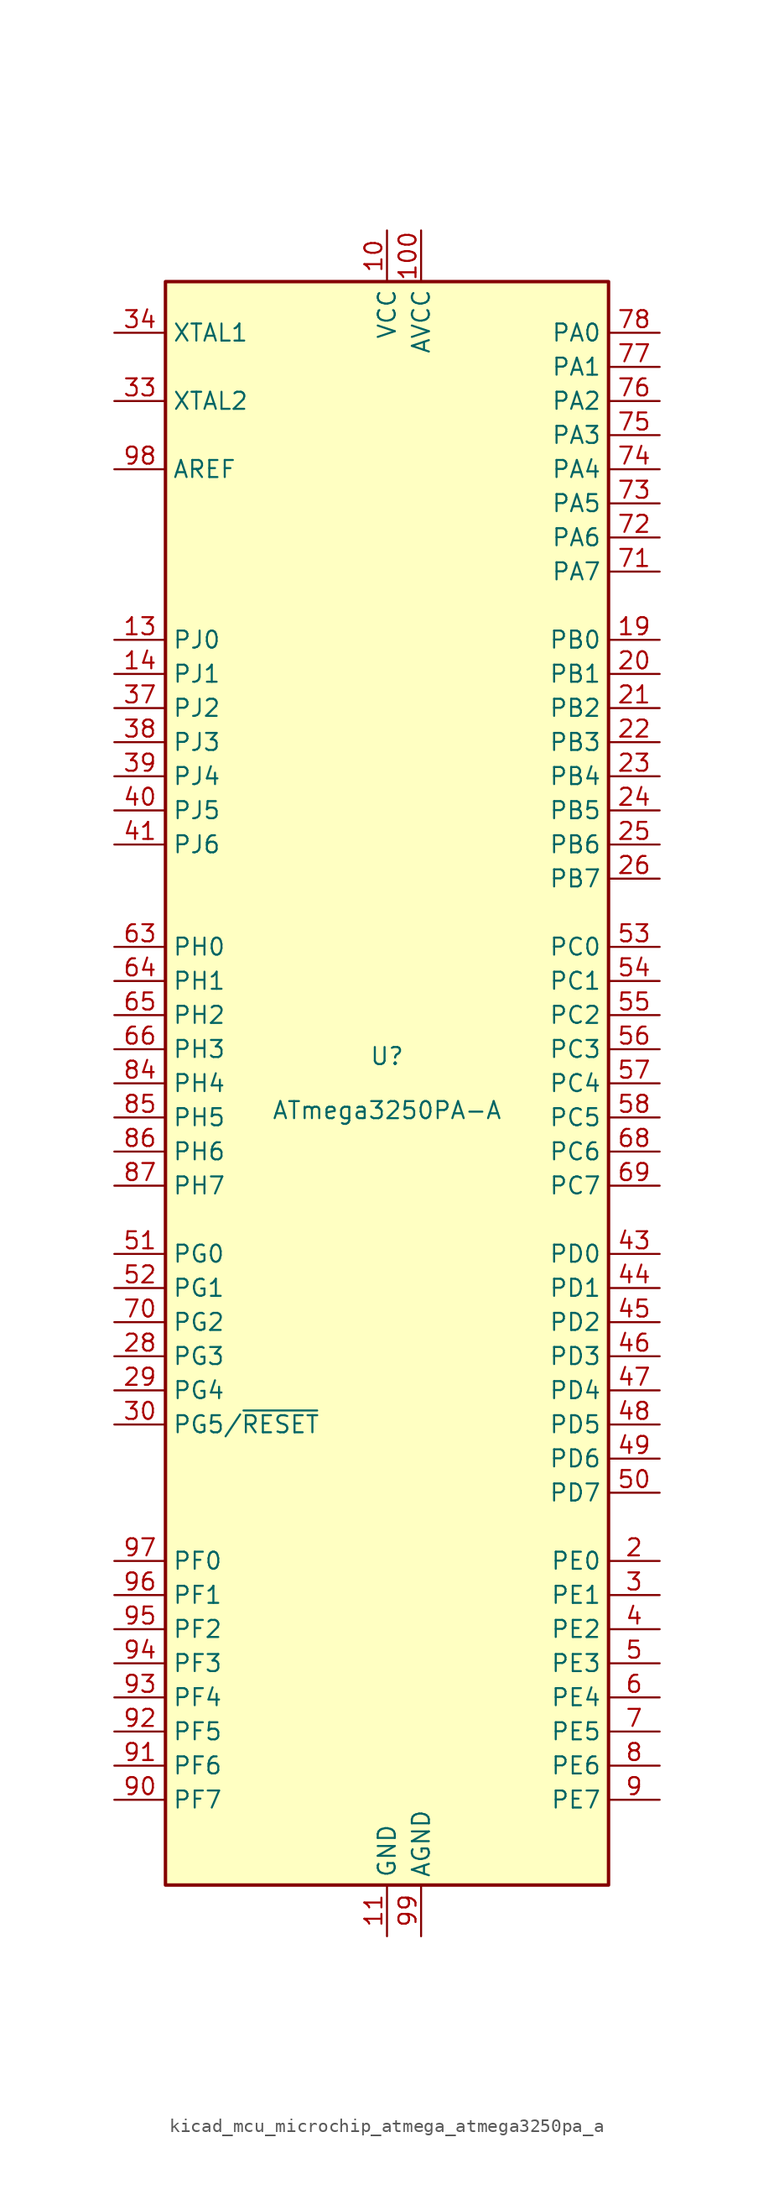
<source format=kicad_sym>
(kicad_symbol_lib
  (version 20220914)
  (generator kicad_symbol_editor)
  (symbol "kicad_mcu_microchip_atmega_atmega3250pa_a"
    (property "Reference" "U"
      (at 0 1.27 0)
      (effects (font (size 1.27 1.27)) (justify bottom)))
    (property "Value" "ATmega3250PA-A"
      (at 0 -1.27 0)
      (effects (font (size 1.27 1.27)) (justify top)))
    (symbol "kicad_mcu_microchip_atmega_atmega3250pa_a_0_1"
      (rectangle (start -16.51 -59.69) (end 16.51 59.69) (stroke (width 0.254) (type default)) (fill (type background))))
    (symbol "kicad_mcu_microchip_atmega_atmega3250pa_a_1_1"
      (pin no_connect line (at -15.24 40.64 0) (length 2.54) hide (name "NC" (effects (font (size 1.27 1.27)))) (number "1" (effects (font (size 1.27 1.27)))))
      (pin power_in line (at 0 63.5 270) (length 3.81) (name "VCC" (effects (font (size 1.27 1.27)))) (number "10" (effects (font (size 1.27 1.27)))))
      (pin power_in line (at 2.54 63.5 270) (length 3.81) (name "AVCC" (effects (font (size 1.27 1.27)))) (number "100" (effects (font (size 1.27 1.27)))))
      (pin power_in line (at 0 -63.5 90) (length 3.81) (name "GND" (effects (font (size 1.27 1.27)))) (number "11" (effects (font (size 1.27 1.27)))))
      (pin no_connect line (at -15.24 38.1 0) (length 2.54) hide (name "NC" (effects (font (size 1.27 1.27)))) (number "12" (effects (font (size 1.27 1.27)))))
      (pin bidirectional line (at -20.32 33.02 0) (length 3.81) (name "PJ0" (effects (font (size 1.27 1.27)))) (number "13" (effects (font (size 1.27 1.27)))))
      (pin bidirectional line (at -20.32 30.48 0) (length 3.81) (name "PJ1" (effects (font (size 1.27 1.27)))) (number "14" (effects (font (size 1.27 1.27)))))
      (pin no_connect line (at -15.24 35.56 0) (length 2.54) hide (name "NC" (effects (font (size 1.27 1.27)))) (number "15" (effects (font (size 1.27 1.27)))))
      (pin no_connect line (at -15.24 15.24 0) (length 2.54) hide (name "NC" (effects (font (size 1.27 1.27)))) (number "16" (effects (font (size 1.27 1.27)))))
      (pin no_connect line (at -15.24 12.7 0) (length 2.54) hide (name "NC" (effects (font (size 1.27 1.27)))) (number "17" (effects (font (size 1.27 1.27)))))
      (pin no_connect line (at -15.24 -10.16 0) (length 2.54) hide (name "NC" (effects (font (size 1.27 1.27)))) (number "18" (effects (font (size 1.27 1.27)))))
      (pin bidirectional line (at 20.32 33.02 180) (length 3.81) (name "PB0" (effects (font (size 1.27 1.27)))) (number "19" (effects (font (size 1.27 1.27)))))
      (pin bidirectional line (at 20.32 -35.56 180) (length 3.81) (name "PE0" (effects (font (size 1.27 1.27)))) (number "2" (effects (font (size 1.27 1.27)))))
      (pin bidirectional line (at 20.32 30.48 180) (length 3.81) (name "PB1" (effects (font (size 1.27 1.27)))) (number "20" (effects (font (size 1.27 1.27)))))
      (pin bidirectional line (at 20.32 27.94 180) (length 3.81) (name "PB2" (effects (font (size 1.27 1.27)))) (number "21" (effects (font (size 1.27 1.27)))))
      (pin bidirectional line (at 20.32 25.4 180) (length 3.81) (name "PB3" (effects (font (size 1.27 1.27)))) (number "22" (effects (font (size 1.27 1.27)))))
      (pin bidirectional line (at 20.32 22.86 180) (length 3.81) (name "PB4" (effects (font (size 1.27 1.27)))) (number "23" (effects (font (size 1.27 1.27)))))
      (pin bidirectional line (at 20.32 20.32 180) (length 3.81) (name "PB5" (effects (font (size 1.27 1.27)))) (number "24" (effects (font (size 1.27 1.27)))))
      (pin bidirectional line (at 20.32 17.78 180) (length 3.81) (name "PB6" (effects (font (size 1.27 1.27)))) (number "25" (effects (font (size 1.27 1.27)))))
      (pin bidirectional line (at 20.32 15.24 180) (length 3.81) (name "PB7" (effects (font (size 1.27 1.27)))) (number "26" (effects (font (size 1.27 1.27)))))
      (pin no_connect line (at -15.24 -27.94 0) (length 2.54) hide (name "NC" (effects (font (size 1.27 1.27)))) (number "27" (effects (font (size 1.27 1.27)))))
      (pin bidirectional line (at -20.32 -20.32 0) (length 3.81) (name "PG3" (effects (font (size 1.27 1.27)))) (number "28" (effects (font (size 1.27 1.27)))))
      (pin bidirectional line (at -20.32 -22.86 0) (length 3.81) (name "PG4" (effects (font (size 1.27 1.27)))) (number "29" (effects (font (size 1.27 1.27)))))
      (pin bidirectional line (at 20.32 -38.1 180) (length 3.81) (name "PE1" (effects (font (size 1.27 1.27)))) (number "3" (effects (font (size 1.27 1.27)))))
      (pin bidirectional line (at -20.32 -25.4 0) (length 3.81) (name "PG5/~{RESET}" (effects (font (size 1.27 1.27)))) (number "30" (effects (font (size 1.27 1.27)))))
      (pin passive line (at 0 63.5 270) (length 3.81) hide (name "VCC" (effects (font (size 1.27 1.27)))) (number "31" (effects (font (size 1.27 1.27)))))
      (pin passive line (at 0 -63.5 90) (length 3.81) hide (name "GND" (effects (font (size 1.27 1.27)))) (number "32" (effects (font (size 1.27 1.27)))))
      (pin output line (at -20.32 50.8 0) (length 3.81) (name "XTAL2" (effects (font (size 1.27 1.27)))) (number "33" (effects (font (size 1.27 1.27)))))
      (pin input line (at -20.32 55.88 0) (length 3.81) (name "XTAL1" (effects (font (size 1.27 1.27)))) (number "34" (effects (font (size 1.27 1.27)))))
      (pin no_connect line (at -15.24 -30.48 0) (length 2.54) hide (name "NC" (effects (font (size 1.27 1.27)))) (number "35" (effects (font (size 1.27 1.27)))))
      (pin no_connect line (at -15.24 -33.02 0) (length 2.54) hide (name "NC" (effects (font (size 1.27 1.27)))) (number "36" (effects (font (size 1.27 1.27)))))
      (pin bidirectional line (at -20.32 27.94 0) (length 3.81) (name "PJ2" (effects (font (size 1.27 1.27)))) (number "37" (effects (font (size 1.27 1.27)))))
      (pin bidirectional line (at -20.32 25.4 0) (length 3.81) (name "PJ3" (effects (font (size 1.27 1.27)))) (number "38" (effects (font (size 1.27 1.27)))))
      (pin bidirectional line (at -20.32 22.86 0) (length 3.81) (name "PJ4" (effects (font (size 1.27 1.27)))) (number "39" (effects (font (size 1.27 1.27)))))
      (pin bidirectional line (at 20.32 -40.64 180) (length 3.81) (name "PE2" (effects (font (size 1.27 1.27)))) (number "4" (effects (font (size 1.27 1.27)))))
      (pin bidirectional line (at -20.32 20.32 0) (length 3.81) (name "PJ5" (effects (font (size 1.27 1.27)))) (number "40" (effects (font (size 1.27 1.27)))))
      (pin bidirectional line (at -20.32 17.78 0) (length 3.81) (name "PJ6" (effects (font (size 1.27 1.27)))) (number "41" (effects (font (size 1.27 1.27)))))
      (pin no_connect line (at -15.24 -58.42 90) (length 2.54) hide (name "NC" (effects (font (size 1.27 1.27)))) (number "42" (effects (font (size 1.27 1.27)))))
      (pin bidirectional line (at 20.32 -12.7 180) (length 3.81) (name "PD0" (effects (font (size 1.27 1.27)))) (number "43" (effects (font (size 1.27 1.27)))))
      (pin bidirectional line (at 20.32 -15.24 180) (length 3.81) (name "PD1" (effects (font (size 1.27 1.27)))) (number "44" (effects (font (size 1.27 1.27)))))
      (pin bidirectional line (at 20.32 -17.78 180) (length 3.81) (name "PD2" (effects (font (size 1.27 1.27)))) (number "45" (effects (font (size 1.27 1.27)))))
      (pin bidirectional line (at 20.32 -20.32 180) (length 3.81) (name "PD3" (effects (font (size 1.27 1.27)))) (number "46" (effects (font (size 1.27 1.27)))))
      (pin bidirectional line (at 20.32 -22.86 180) (length 3.81) (name "PD4" (effects (font (size 1.27 1.27)))) (number "47" (effects (font (size 1.27 1.27)))))
      (pin bidirectional line (at 20.32 -25.4 180) (length 3.81) (name "PD5" (effects (font (size 1.27 1.27)))) (number "48" (effects (font (size 1.27 1.27)))))
      (pin bidirectional line (at 20.32 -27.94 180) (length 3.81) (name "PD6" (effects (font (size 1.27 1.27)))) (number "49" (effects (font (size 1.27 1.27)))))
      (pin bidirectional line (at 20.32 -43.18 180) (length 3.81) (name "PE3" (effects (font (size 1.27 1.27)))) (number "5" (effects (font (size 1.27 1.27)))))
      (pin bidirectional line (at 20.32 -30.48 180) (length 3.81) (name "PD7" (effects (font (size 1.27 1.27)))) (number "50" (effects (font (size 1.27 1.27)))))
      (pin bidirectional line (at -20.32 -12.7 0) (length 3.81) (name "PG0" (effects (font (size 1.27 1.27)))) (number "51" (effects (font (size 1.27 1.27)))))
      (pin bidirectional line (at -20.32 -15.24 0) (length 3.81) (name "PG1" (effects (font (size 1.27 1.27)))) (number "52" (effects (font (size 1.27 1.27)))))
      (pin bidirectional line (at 20.32 10.16 180) (length 3.81) (name "PC0" (effects (font (size 1.27 1.27)))) (number "53" (effects (font (size 1.27 1.27)))))
      (pin bidirectional line (at 20.32 7.62 180) (length 3.81) (name "PC1" (effects (font (size 1.27 1.27)))) (number "54" (effects (font (size 1.27 1.27)))))
      (pin bidirectional line (at 20.32 5.08 180) (length 3.81) (name "PC2" (effects (font (size 1.27 1.27)))) (number "55" (effects (font (size 1.27 1.27)))))
      (pin bidirectional line (at 20.32 2.54 180) (length 3.81) (name "PC3" (effects (font (size 1.27 1.27)))) (number "56" (effects (font (size 1.27 1.27)))))
      (pin bidirectional line (at 20.32 0 180) (length 3.81) (name "PC4" (effects (font (size 1.27 1.27)))) (number "57" (effects (font (size 1.27 1.27)))))
      (pin bidirectional line (at 20.32 -2.54 180) (length 3.81) (name "PC5" (effects (font (size 1.27 1.27)))) (number "58" (effects (font (size 1.27 1.27)))))
      (pin no_connect line (at -12.7 -58.42 90) (length 2.54) hide (name "NC" (effects (font (size 1.27 1.27)))) (number "59" (effects (font (size 1.27 1.27)))))
      (pin bidirectional line (at 20.32 -45.72 180) (length 3.81) (name "PE4" (effects (font (size 1.27 1.27)))) (number "6" (effects (font (size 1.27 1.27)))))
      (pin no_connect line (at -10.16 -58.42 90) (length 2.54) hide (name "NC" (effects (font (size 1.27 1.27)))) (number "60" (effects (font (size 1.27 1.27)))))
      (pin no_connect line (at -7.62 -58.42 90) (length 2.54) hide (name "NC" (effects (font (size 1.27 1.27)))) (number "61" (effects (font (size 1.27 1.27)))))
      (pin no_connect line (at -5.08 -58.42 90) (length 2.54) hide (name "NC" (effects (font (size 1.27 1.27)))) (number "62" (effects (font (size 1.27 1.27)))))
      (pin bidirectional line (at -20.32 10.16 0) (length 3.81) (name "PH0" (effects (font (size 1.27 1.27)))) (number "63" (effects (font (size 1.27 1.27)))))
      (pin bidirectional line (at -20.32 7.62 0) (length 3.81) (name "PH1" (effects (font (size 1.27 1.27)))) (number "64" (effects (font (size 1.27 1.27)))))
      (pin bidirectional line (at -20.32 5.08 0) (length 3.81) (name "PH2" (effects (font (size 1.27 1.27)))) (number "65" (effects (font (size 1.27 1.27)))))
      (pin bidirectional line (at -20.32 2.54 0) (length 3.81) (name "PH3" (effects (font (size 1.27 1.27)))) (number "66" (effects (font (size 1.27 1.27)))))
      (pin no_connect line (at -2.54 -58.42 90) (length 2.54) hide (name "NC" (effects (font (size 1.27 1.27)))) (number "67" (effects (font (size 1.27 1.27)))))
      (pin bidirectional line (at 20.32 -5.08 180) (length 3.81) (name "PC6" (effects (font (size 1.27 1.27)))) (number "68" (effects (font (size 1.27 1.27)))))
      (pin bidirectional line (at 20.32 -7.62 180) (length 3.81) (name "PC7" (effects (font (size 1.27 1.27)))) (number "69" (effects (font (size 1.27 1.27)))))
      (pin bidirectional line (at 20.32 -48.26 180) (length 3.81) (name "PE5" (effects (font (size 1.27 1.27)))) (number "7" (effects (font (size 1.27 1.27)))))
      (pin bidirectional line (at -20.32 -17.78 0) (length 3.81) (name "PG2" (effects (font (size 1.27 1.27)))) (number "70" (effects (font (size 1.27 1.27)))))
      (pin bidirectional line (at 20.32 38.1 180) (length 3.81) (name "PA7" (effects (font (size 1.27 1.27)))) (number "71" (effects (font (size 1.27 1.27)))))
      (pin bidirectional line (at 20.32 40.64 180) (length 3.81) (name "PA6" (effects (font (size 1.27 1.27)))) (number "72" (effects (font (size 1.27 1.27)))))
      (pin bidirectional line (at 20.32 43.18 180) (length 3.81) (name "PA5" (effects (font (size 1.27 1.27)))) (number "73" (effects (font (size 1.27 1.27)))))
      (pin bidirectional line (at 20.32 45.72 180) (length 3.81) (name "PA4" (effects (font (size 1.27 1.27)))) (number "74" (effects (font (size 1.27 1.27)))))
      (pin bidirectional line (at 20.32 48.26 180) (length 3.81) (name "PA3" (effects (font (size 1.27 1.27)))) (number "75" (effects (font (size 1.27 1.27)))))
      (pin bidirectional line (at 20.32 50.8 180) (length 3.81) (name "PA2" (effects (font (size 1.27 1.27)))) (number "76" (effects (font (size 1.27 1.27)))))
      (pin bidirectional line (at 20.32 53.34 180) (length 3.81) (name "PA1" (effects (font (size 1.27 1.27)))) (number "77" (effects (font (size 1.27 1.27)))))
      (pin bidirectional line (at 20.32 55.88 180) (length 3.81) (name "PA0" (effects (font (size 1.27 1.27)))) (number "78" (effects (font (size 1.27 1.27)))))
      (pin no_connect line (at 5.08 -58.42 90) (length 2.54) hide (name "NC" (effects (font (size 1.27 1.27)))) (number "79" (effects (font (size 1.27 1.27)))))
      (pin bidirectional line (at 20.32 -50.8 180) (length 3.81) (name "PE6" (effects (font (size 1.27 1.27)))) (number "8" (effects (font (size 1.27 1.27)))))
      (pin passive line (at 0 63.5 270) (length 3.81) hide (name "VCC" (effects (font (size 1.27 1.27)))) (number "80" (effects (font (size 1.27 1.27)))))
      (pin passive line (at 0 -63.5 90) (length 3.81) hide (name "GND" (effects (font (size 1.27 1.27)))) (number "81" (effects (font (size 1.27 1.27)))))
      (pin no_connect line (at 7.62 -58.42 90) (length 2.54) hide (name "NC" (effects (font (size 1.27 1.27)))) (number "82" (effects (font (size 1.27 1.27)))))
      (pin no_connect line (at 10.16 -58.42 90) (length 2.54) hide (name "NC" (effects (font (size 1.27 1.27)))) (number "83" (effects (font (size 1.27 1.27)))))
      (pin bidirectional line (at -20.32 0 0) (length 3.81) (name "PH4" (effects (font (size 1.27 1.27)))) (number "84" (effects (font (size 1.27 1.27)))))
      (pin bidirectional line (at -20.32 -2.54 0) (length 3.81) (name "PH5" (effects (font (size 1.27 1.27)))) (number "85" (effects (font (size 1.27 1.27)))))
      (pin bidirectional line (at -20.32 -5.08 0) (length 3.81) (name "PH6" (effects (font (size 1.27 1.27)))) (number "86" (effects (font (size 1.27 1.27)))))
      (pin bidirectional line (at -20.32 -7.62 0) (length 3.81) (name "PH7" (effects (font (size 1.27 1.27)))) (number "87" (effects (font (size 1.27 1.27)))))
      (pin no_connect line (at 12.7 -58.42 90) (length 2.54) hide (name "NC" (effects (font (size 1.27 1.27)))) (number "88" (effects (font (size 1.27 1.27)))))
      (pin no_connect line (at 15.24 -58.42 90) (length 2.54) hide (name "NC" (effects (font (size 1.27 1.27)))) (number "89" (effects (font (size 1.27 1.27)))))
      (pin bidirectional line (at 20.32 -53.34 180) (length 3.81) (name "PE7" (effects (font (size 1.27 1.27)))) (number "9" (effects (font (size 1.27 1.27)))))
      (pin bidirectional line (at -20.32 -53.34 0) (length 3.81) (name "PF7" (effects (font (size 1.27 1.27)))) (number "90" (effects (font (size 1.27 1.27)))))
      (pin bidirectional line (at -20.32 -50.8 0) (length 3.81) (name "PF6" (effects (font (size 1.27 1.27)))) (number "91" (effects (font (size 1.27 1.27)))))
      (pin bidirectional line (at -20.32 -48.26 0) (length 3.81) (name "PF5" (effects (font (size 1.27 1.27)))) (number "92" (effects (font (size 1.27 1.27)))))
      (pin bidirectional line (at -20.32 -45.72 0) (length 3.81) (name "PF4" (effects (font (size 1.27 1.27)))) (number "93" (effects (font (size 1.27 1.27)))))
      (pin bidirectional line (at -20.32 -43.18 0) (length 3.81) (name "PF3" (effects (font (size 1.27 1.27)))) (number "94" (effects (font (size 1.27 1.27)))))
      (pin bidirectional line (at -20.32 -40.64 0) (length 3.81) (name "PF2" (effects (font (size 1.27 1.27)))) (number "95" (effects (font (size 1.27 1.27)))))
      (pin bidirectional line (at -20.32 -38.1 0) (length 3.81) (name "PF1" (effects (font (size 1.27 1.27)))) (number "96" (effects (font (size 1.27 1.27)))))
      (pin bidirectional line (at -20.32 -35.56 0) (length 3.81) (name "PF0" (effects (font (size 1.27 1.27)))) (number "97" (effects (font (size 1.27 1.27)))))
      (pin passive line (at -20.32 45.72 0) (length 3.81) (name "AREF" (effects (font (size 1.27 1.27)))) (number "98" (effects (font (size 1.27 1.27)))))
      (pin power_in line (at 2.54 -63.5 90) (length 3.81) (name "AGND" (effects (font (size 1.27 1.27)))) (number "99" (effects (font (size 1.27 1.27))))))))
</source>
